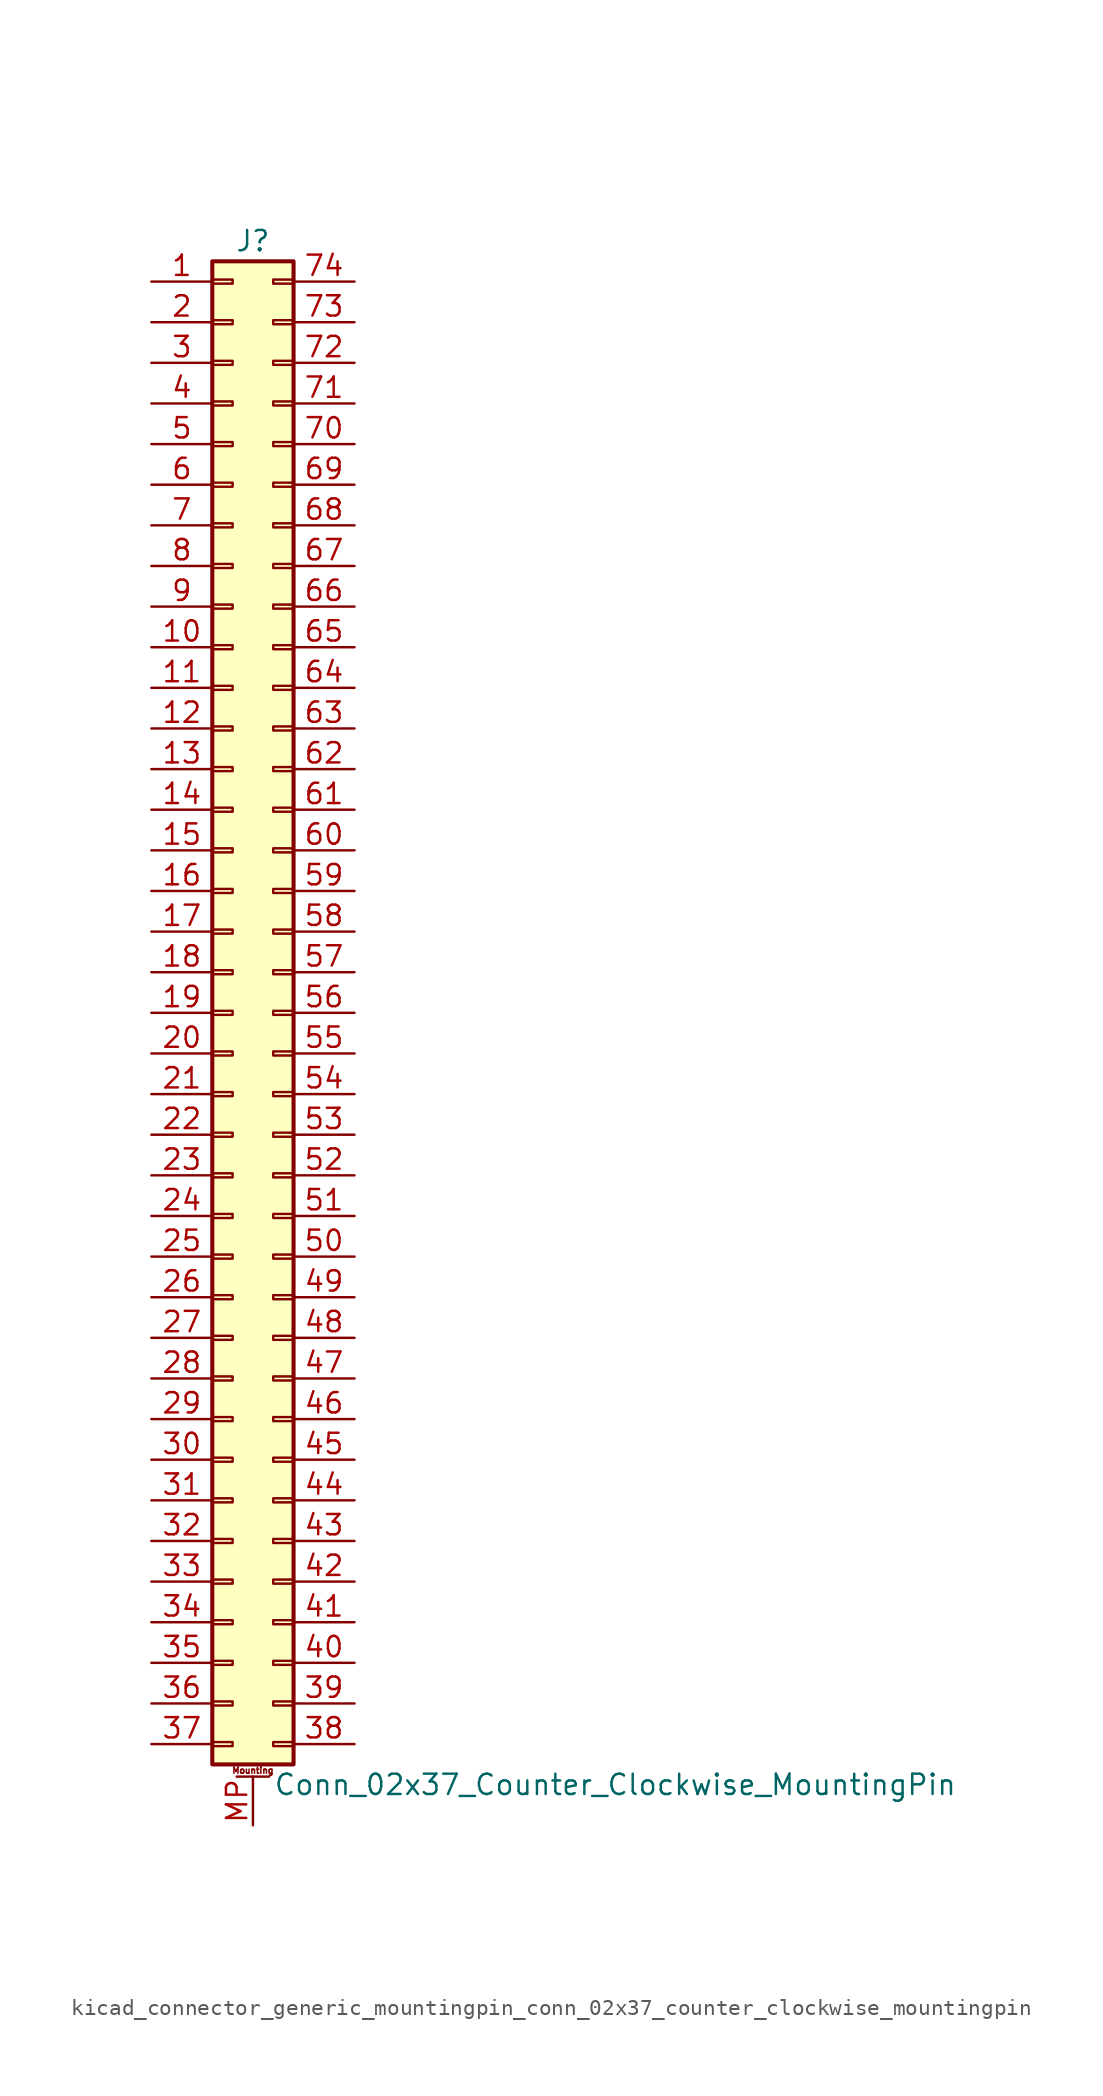
<source format=kicad_sym>
(kicad_symbol_lib
  (version 20220914)
  (generator kicad_symbol_editor)
  (symbol "kicad_connector_generic_mountingpin_conn_02x37_counter_clockwise_mountingpin"
    (pin_names
      (offset 1.016) hide)
    (property "Reference" "J"
      (at 1.27 48.26 0)
      (effects (font (size 1.27 1.27))))
    (property "Value" "Conn_02x37_Counter_Clockwise_MountingPin"
      (at 2.54 -48.26 0)
      (effects (font (size 1.27 1.27)) (justify left)))
    (symbol "kicad_connector_generic_mountingpin_conn_02x37_counter_clockwise_mountingpin_1_1"
      (rectangle (start -1.27 -45.593) (end 0 -45.847) (stroke (width 0.152) (type default)) (fill (type none)))
      (rectangle (start -1.27 -43.053) (end 0 -43.307) (stroke (width 0.152) (type default)) (fill (type none)))
      (rectangle (start -1.27 -40.513) (end 0 -40.767) (stroke (width 0.152) (type default)) (fill (type none)))
      (rectangle (start -1.27 -37.973) (end 0 -38.227) (stroke (width 0.152) (type default)) (fill (type none)))
      (rectangle (start -1.27 -35.433) (end 0 -35.687) (stroke (width 0.152) (type default)) (fill (type none)))
      (rectangle (start -1.27 -32.893) (end 0 -33.147) (stroke (width 0.152) (type default)) (fill (type none)))
      (rectangle (start -1.27 -30.353) (end 0 -30.607) (stroke (width 0.152) (type default)) (fill (type none)))
      (rectangle (start -1.27 -27.813) (end 0 -28.067) (stroke (width 0.152) (type default)) (fill (type none)))
      (rectangle (start -1.27 -25.273) (end 0 -25.527) (stroke (width 0.152) (type default)) (fill (type none)))
      (rectangle (start -1.27 -22.733) (end 0 -22.987) (stroke (width 0.152) (type default)) (fill (type none)))
      (rectangle (start -1.27 -20.193) (end 0 -20.447) (stroke (width 0.152) (type default)) (fill (type none)))
      (rectangle (start -1.27 -17.653) (end 0 -17.907) (stroke (width 0.152) (type default)) (fill (type none)))
      (rectangle (start -1.27 -15.113) (end 0 -15.367) (stroke (width 0.152) (type default)) (fill (type none)))
      (rectangle (start -1.27 -12.573) (end 0 -12.827) (stroke (width 0.152) (type default)) (fill (type none)))
      (rectangle (start -1.27 -10.033) (end 0 -10.287) (stroke (width 0.152) (type default)) (fill (type none)))
      (rectangle (start -1.27 -7.493) (end 0 -7.747) (stroke (width 0.152) (type default)) (fill (type none)))
      (rectangle (start -1.27 -4.953) (end 0 -5.207) (stroke (width 0.152) (type default)) (fill (type none)))
      (rectangle (start -1.27 -2.413) (end 0 -2.667) (stroke (width 0.152) (type default)) (fill (type none)))
      (rectangle (start -1.27 0.127) (end 0 -0.127) (stroke (width 0.152) (type default)) (fill (type none)))
      (rectangle (start -1.27 2.667) (end 0 2.413) (stroke (width 0.152) (type default)) (fill (type none)))
      (rectangle (start -1.27 5.207) (end 0 4.953) (stroke (width 0.152) (type default)) (fill (type none)))
      (rectangle (start -1.27 7.747) (end 0 7.493) (stroke (width 0.152) (type default)) (fill (type none)))
      (rectangle (start -1.27 10.287) (end 0 10.033) (stroke (width 0.152) (type default)) (fill (type none)))
      (rectangle (start -1.27 12.827) (end 0 12.573) (stroke (width 0.152) (type default)) (fill (type none)))
      (rectangle (start -1.27 15.367) (end 0 15.113) (stroke (width 0.152) (type default)) (fill (type none)))
      (rectangle (start -1.27 17.907) (end 0 17.653) (stroke (width 0.152) (type default)) (fill (type none)))
      (rectangle (start -1.27 20.447) (end 0 20.193) (stroke (width 0.152) (type default)) (fill (type none)))
      (rectangle (start -1.27 22.987) (end 0 22.733) (stroke (width 0.152) (type default)) (fill (type none)))
      (rectangle (start -1.27 25.527) (end 0 25.273) (stroke (width 0.152) (type default)) (fill (type none)))
      (rectangle (start -1.27 28.067) (end 0 27.813) (stroke (width 0.152) (type default)) (fill (type none)))
      (rectangle (start -1.27 30.607) (end 0 30.353) (stroke (width 0.152) (type default)) (fill (type none)))
      (rectangle (start -1.27 33.147) (end 0 32.893) (stroke (width 0.152) (type default)) (fill (type none)))
      (rectangle (start -1.27 35.687) (end 0 35.433) (stroke (width 0.152) (type default)) (fill (type none)))
      (rectangle (start -1.27 38.227) (end 0 37.973) (stroke (width 0.152) (type default)) (fill (type none)))
      (rectangle (start -1.27 40.767) (end 0 40.513) (stroke (width 0.152) (type default)) (fill (type none)))
      (rectangle (start -1.27 43.307) (end 0 43.053) (stroke (width 0.152) (type default)) (fill (type none)))
      (rectangle (start -1.27 45.847) (end 0 45.593) (stroke (width 0.152) (type default)) (fill (type none)))
      (rectangle (start -1.27 46.99) (end 3.81 -46.99) (stroke (width 0.254) (type default)) (fill (type background)))
      (polyline (pts (xy 0.254 -47.752) (xy 2.286 -47.752)) (stroke (width 0.152) (type default)) (fill (type none)))
      (rectangle (start 3.81 -45.593) (end 2.54 -45.847) (stroke (width 0.152) (type default)) (fill (type none)))
      (rectangle (start 3.81 -43.053) (end 2.54 -43.307) (stroke (width 0.152) (type default)) (fill (type none)))
      (rectangle (start 3.81 -40.513) (end 2.54 -40.767) (stroke (width 0.152) (type default)) (fill (type none)))
      (rectangle (start 3.81 -37.973) (end 2.54 -38.227) (stroke (width 0.152) (type default)) (fill (type none)))
      (rectangle (start 3.81 -35.433) (end 2.54 -35.687) (stroke (width 0.152) (type default)) (fill (type none)))
      (rectangle (start 3.81 -32.893) (end 2.54 -33.147) (stroke (width 0.152) (type default)) (fill (type none)))
      (rectangle (start 3.81 -30.353) (end 2.54 -30.607) (stroke (width 0.152) (type default)) (fill (type none)))
      (rectangle (start 3.81 -27.813) (end 2.54 -28.067) (stroke (width 0.152) (type default)) (fill (type none)))
      (rectangle (start 3.81 -25.273) (end 2.54 -25.527) (stroke (width 0.152) (type default)) (fill (type none)))
      (rectangle (start 3.81 -22.733) (end 2.54 -22.987) (stroke (width 0.152) (type default)) (fill (type none)))
      (rectangle (start 3.81 -20.193) (end 2.54 -20.447) (stroke (width 0.152) (type default)) (fill (type none)))
      (rectangle (start 3.81 -17.653) (end 2.54 -17.907) (stroke (width 0.152) (type default)) (fill (type none)))
      (rectangle (start 3.81 -15.113) (end 2.54 -15.367) (stroke (width 0.152) (type default)) (fill (type none)))
      (rectangle (start 3.81 -12.573) (end 2.54 -12.827) (stroke (width 0.152) (type default)) (fill (type none)))
      (rectangle (start 3.81 -10.033) (end 2.54 -10.287) (stroke (width 0.152) (type default)) (fill (type none)))
      (rectangle (start 3.81 -7.493) (end 2.54 -7.747) (stroke (width 0.152) (type default)) (fill (type none)))
      (rectangle (start 3.81 -4.953) (end 2.54 -5.207) (stroke (width 0.152) (type default)) (fill (type none)))
      (rectangle (start 3.81 -2.413) (end 2.54 -2.667) (stroke (width 0.152) (type default)) (fill (type none)))
      (rectangle (start 3.81 0.127) (end 2.54 -0.127) (stroke (width 0.152) (type default)) (fill (type none)))
      (rectangle (start 3.81 2.667) (end 2.54 2.413) (stroke (width 0.152) (type default)) (fill (type none)))
      (rectangle (start 3.81 5.207) (end 2.54 4.953) (stroke (width 0.152) (type default)) (fill (type none)))
      (rectangle (start 3.81 7.747) (end 2.54 7.493) (stroke (width 0.152) (type default)) (fill (type none)))
      (rectangle (start 3.81 10.287) (end 2.54 10.033) (stroke (width 0.152) (type default)) (fill (type none)))
      (rectangle (start 3.81 12.827) (end 2.54 12.573) (stroke (width 0.152) (type default)) (fill (type none)))
      (rectangle (start 3.81 15.367) (end 2.54 15.113) (stroke (width 0.152) (type default)) (fill (type none)))
      (rectangle (start 3.81 17.907) (end 2.54 17.653) (stroke (width 0.152) (type default)) (fill (type none)))
      (rectangle (start 3.81 20.447) (end 2.54 20.193) (stroke (width 0.152) (type default)) (fill (type none)))
      (rectangle (start 3.81 22.987) (end 2.54 22.733) (stroke (width 0.152) (type default)) (fill (type none)))
      (rectangle (start 3.81 25.527) (end 2.54 25.273) (stroke (width 0.152) (type default)) (fill (type none)))
      (rectangle (start 3.81 28.067) (end 2.54 27.813) (stroke (width 0.152) (type default)) (fill (type none)))
      (rectangle (start 3.81 30.607) (end 2.54 30.353) (stroke (width 0.152) (type default)) (fill (type none)))
      (rectangle (start 3.81 33.147) (end 2.54 32.893) (stroke (width 0.152) (type default)) (fill (type none)))
      (rectangle (start 3.81 35.687) (end 2.54 35.433) (stroke (width 0.152) (type default)) (fill (type none)))
      (rectangle (start 3.81 38.227) (end 2.54 37.973) (stroke (width 0.152) (type default)) (fill (type none)))
      (rectangle (start 3.81 40.767) (end 2.54 40.513) (stroke (width 0.152) (type default)) (fill (type none)))
      (rectangle (start 3.81 43.307) (end 2.54 43.053) (stroke (width 0.152) (type default)) (fill (type none)))
      (rectangle (start 3.81 45.847) (end 2.54 45.593) (stroke (width 0.152) (type default)) (fill (type none)))
      (text "Mounting" (at 1.27 -47.371 0) (effects (font (size 0.381 0.381))))
      (pin passive line (at -5.08 45.72 0) (length 3.81) (name "Pin_1" (effects (font (size 1.27 1.27)))) (number "1" (effects (font (size 1.27 1.27)))))
      (pin passive line (at -5.08 22.86 0) (length 3.81) (name "Pin_10" (effects (font (size 1.27 1.27)))) (number "10" (effects (font (size 1.27 1.27)))))
      (pin passive line (at -5.08 20.32 0) (length 3.81) (name "Pin_11" (effects (font (size 1.27 1.27)))) (number "11" (effects (font (size 1.27 1.27)))))
      (pin passive line (at -5.08 17.78 0) (length 3.81) (name "Pin_12" (effects (font (size 1.27 1.27)))) (number "12" (effects (font (size 1.27 1.27)))))
      (pin passive line (at -5.08 15.24 0) (length 3.81) (name "Pin_13" (effects (font (size 1.27 1.27)))) (number "13" (effects (font (size 1.27 1.27)))))
      (pin passive line (at -5.08 12.7 0) (length 3.81) (name "Pin_14" (effects (font (size 1.27 1.27)))) (number "14" (effects (font (size 1.27 1.27)))))
      (pin passive line (at -5.08 10.16 0) (length 3.81) (name "Pin_15" (effects (font (size 1.27 1.27)))) (number "15" (effects (font (size 1.27 1.27)))))
      (pin passive line (at -5.08 7.62 0) (length 3.81) (name "Pin_16" (effects (font (size 1.27 1.27)))) (number "16" (effects (font (size 1.27 1.27)))))
      (pin passive line (at -5.08 5.08 0) (length 3.81) (name "Pin_17" (effects (font (size 1.27 1.27)))) (number "17" (effects (font (size 1.27 1.27)))))
      (pin passive line (at -5.08 2.54 0) (length 3.81) (name "Pin_18" (effects (font (size 1.27 1.27)))) (number "18" (effects (font (size 1.27 1.27)))))
      (pin passive line (at -5.08 0 0) (length 3.81) (name "Pin_19" (effects (font (size 1.27 1.27)))) (number "19" (effects (font (size 1.27 1.27)))))
      (pin passive line (at -5.08 43.18 0) (length 3.81) (name "Pin_2" (effects (font (size 1.27 1.27)))) (number "2" (effects (font (size 1.27 1.27)))))
      (pin passive line (at -5.08 -2.54 0) (length 3.81) (name "Pin_20" (effects (font (size 1.27 1.27)))) (number "20" (effects (font (size 1.27 1.27)))))
      (pin passive line (at -5.08 -5.08 0) (length 3.81) (name "Pin_21" (effects (font (size 1.27 1.27)))) (number "21" (effects (font (size 1.27 1.27)))))
      (pin passive line (at -5.08 -7.62 0) (length 3.81) (name "Pin_22" (effects (font (size 1.27 1.27)))) (number "22" (effects (font (size 1.27 1.27)))))
      (pin passive line (at -5.08 -10.16 0) (length 3.81) (name "Pin_23" (effects (font (size 1.27 1.27)))) (number "23" (effects (font (size 1.27 1.27)))))
      (pin passive line (at -5.08 -12.7 0) (length 3.81) (name "Pin_24" (effects (font (size 1.27 1.27)))) (number "24" (effects (font (size 1.27 1.27)))))
      (pin passive line (at -5.08 -15.24 0) (length 3.81) (name "Pin_25" (effects (font (size 1.27 1.27)))) (number "25" (effects (font (size 1.27 1.27)))))
      (pin passive line (at -5.08 -17.78 0) (length 3.81) (name "Pin_26" (effects (font (size 1.27 1.27)))) (number "26" (effects (font (size 1.27 1.27)))))
      (pin passive line (at -5.08 -20.32 0) (length 3.81) (name "Pin_27" (effects (font (size 1.27 1.27)))) (number "27" (effects (font (size 1.27 1.27)))))
      (pin passive line (at -5.08 -22.86 0) (length 3.81) (name "Pin_28" (effects (font (size 1.27 1.27)))) (number "28" (effects (font (size 1.27 1.27)))))
      (pin passive line (at -5.08 -25.4 0) (length 3.81) (name "Pin_29" (effects (font (size 1.27 1.27)))) (number "29" (effects (font (size 1.27 1.27)))))
      (pin passive line (at -5.08 40.64 0) (length 3.81) (name "Pin_3" (effects (font (size 1.27 1.27)))) (number "3" (effects (font (size 1.27 1.27)))))
      (pin passive line (at -5.08 -27.94 0) (length 3.81) (name "Pin_30" (effects (font (size 1.27 1.27)))) (number "30" (effects (font (size 1.27 1.27)))))
      (pin passive line (at -5.08 -30.48 0) (length 3.81) (name "Pin_31" (effects (font (size 1.27 1.27)))) (number "31" (effects (font (size 1.27 1.27)))))
      (pin passive line (at -5.08 -33.02 0) (length 3.81) (name "Pin_32" (effects (font (size 1.27 1.27)))) (number "32" (effects (font (size 1.27 1.27)))))
      (pin passive line (at -5.08 -35.56 0) (length 3.81) (name "Pin_33" (effects (font (size 1.27 1.27)))) (number "33" (effects (font (size 1.27 1.27)))))
      (pin passive line (at -5.08 -38.1 0) (length 3.81) (name "Pin_34" (effects (font (size 1.27 1.27)))) (number "34" (effects (font (size 1.27 1.27)))))
      (pin passive line (at -5.08 -40.64 0) (length 3.81) (name "Pin_35" (effects (font (size 1.27 1.27)))) (number "35" (effects (font (size 1.27 1.27)))))
      (pin passive line (at -5.08 -43.18 0) (length 3.81) (name "Pin_36" (effects (font (size 1.27 1.27)))) (number "36" (effects (font (size 1.27 1.27)))))
      (pin passive line (at -5.08 -45.72 0) (length 3.81) (name "Pin_37" (effects (font (size 1.27 1.27)))) (number "37" (effects (font (size 1.27 1.27)))))
      (pin passive line (at 7.62 -45.72 180) (length 3.81) (name "Pin_38" (effects (font (size 1.27 1.27)))) (number "38" (effects (font (size 1.27 1.27)))))
      (pin passive line (at 7.62 -43.18 180) (length 3.81) (name "Pin_39" (effects (font (size 1.27 1.27)))) (number "39" (effects (font (size 1.27 1.27)))))
      (pin passive line (at -5.08 38.1 0) (length 3.81) (name "Pin_4" (effects (font (size 1.27 1.27)))) (number "4" (effects (font (size 1.27 1.27)))))
      (pin passive line (at 7.62 -40.64 180) (length 3.81) (name "Pin_40" (effects (font (size 1.27 1.27)))) (number "40" (effects (font (size 1.27 1.27)))))
      (pin passive line (at 7.62 -38.1 180) (length 3.81) (name "Pin_41" (effects (font (size 1.27 1.27)))) (number "41" (effects (font (size 1.27 1.27)))))
      (pin passive line (at 7.62 -35.56 180) (length 3.81) (name "Pin_42" (effects (font (size 1.27 1.27)))) (number "42" (effects (font (size 1.27 1.27)))))
      (pin passive line (at 7.62 -33.02 180) (length 3.81) (name "Pin_43" (effects (font (size 1.27 1.27)))) (number "43" (effects (font (size 1.27 1.27)))))
      (pin passive line (at 7.62 -30.48 180) (length 3.81) (name "Pin_44" (effects (font (size 1.27 1.27)))) (number "44" (effects (font (size 1.27 1.27)))))
      (pin passive line (at 7.62 -27.94 180) (length 3.81) (name "Pin_45" (effects (font (size 1.27 1.27)))) (number "45" (effects (font (size 1.27 1.27)))))
      (pin passive line (at 7.62 -25.4 180) (length 3.81) (name "Pin_46" (effects (font (size 1.27 1.27)))) (number "46" (effects (font (size 1.27 1.27)))))
      (pin passive line (at 7.62 -22.86 180) (length 3.81) (name "Pin_47" (effects (font (size 1.27 1.27)))) (number "47" (effects (font (size 1.27 1.27)))))
      (pin passive line (at 7.62 -20.32 180) (length 3.81) (name "Pin_48" (effects (font (size 1.27 1.27)))) (number "48" (effects (font (size 1.27 1.27)))))
      (pin passive line (at 7.62 -17.78 180) (length 3.81) (name "Pin_49" (effects (font (size 1.27 1.27)))) (number "49" (effects (font (size 1.27 1.27)))))
      (pin passive line (at -5.08 35.56 0) (length 3.81) (name "Pin_5" (effects (font (size 1.27 1.27)))) (number "5" (effects (font (size 1.27 1.27)))))
      (pin passive line (at 7.62 -15.24 180) (length 3.81) (name "Pin_50" (effects (font (size 1.27 1.27)))) (number "50" (effects (font (size 1.27 1.27)))))
      (pin passive line (at 7.62 -12.7 180) (length 3.81) (name "Pin_51" (effects (font (size 1.27 1.27)))) (number "51" (effects (font (size 1.27 1.27)))))
      (pin passive line (at 7.62 -10.16 180) (length 3.81) (name "Pin_52" (effects (font (size 1.27 1.27)))) (number "52" (effects (font (size 1.27 1.27)))))
      (pin passive line (at 7.62 -7.62 180) (length 3.81) (name "Pin_53" (effects (font (size 1.27 1.27)))) (number "53" (effects (font (size 1.27 1.27)))))
      (pin passive line (at 7.62 -5.08 180) (length 3.81) (name "Pin_54" (effects (font (size 1.27 1.27)))) (number "54" (effects (font (size 1.27 1.27)))))
      (pin passive line (at 7.62 -2.54 180) (length 3.81) (name "Pin_55" (effects (font (size 1.27 1.27)))) (number "55" (effects (font (size 1.27 1.27)))))
      (pin passive line (at 7.62 0 180) (length 3.81) (name "Pin_56" (effects (font (size 1.27 1.27)))) (number "56" (effects (font (size 1.27 1.27)))))
      (pin passive line (at 7.62 2.54 180) (length 3.81) (name "Pin_57" (effects (font (size 1.27 1.27)))) (number "57" (effects (font (size 1.27 1.27)))))
      (pin passive line (at 7.62 5.08 180) (length 3.81) (name "Pin_58" (effects (font (size 1.27 1.27)))) (number "58" (effects (font (size 1.27 1.27)))))
      (pin passive line (at 7.62 7.62 180) (length 3.81) (name "Pin_59" (effects (font (size 1.27 1.27)))) (number "59" (effects (font (size 1.27 1.27)))))
      (pin passive line (at -5.08 33.02 0) (length 3.81) (name "Pin_6" (effects (font (size 1.27 1.27)))) (number "6" (effects (font (size 1.27 1.27)))))
      (pin passive line (at 7.62 10.16 180) (length 3.81) (name "Pin_60" (effects (font (size 1.27 1.27)))) (number "60" (effects (font (size 1.27 1.27)))))
      (pin passive line (at 7.62 12.7 180) (length 3.81) (name "Pin_61" (effects (font (size 1.27 1.27)))) (number "61" (effects (font (size 1.27 1.27)))))
      (pin passive line (at 7.62 15.24 180) (length 3.81) (name "Pin_62" (effects (font (size 1.27 1.27)))) (number "62" (effects (font (size 1.27 1.27)))))
      (pin passive line (at 7.62 17.78 180) (length 3.81) (name "Pin_63" (effects (font (size 1.27 1.27)))) (number "63" (effects (font (size 1.27 1.27)))))
      (pin passive line (at 7.62 20.32 180) (length 3.81) (name "Pin_64" (effects (font (size 1.27 1.27)))) (number "64" (effects (font (size 1.27 1.27)))))
      (pin passive line (at 7.62 22.86 180) (length 3.81) (name "Pin_65" (effects (font (size 1.27 1.27)))) (number "65" (effects (font (size 1.27 1.27)))))
      (pin passive line (at 7.62 25.4 180) (length 3.81) (name "Pin_66" (effects (font (size 1.27 1.27)))) (number "66" (effects (font (size 1.27 1.27)))))
      (pin passive line (at 7.62 27.94 180) (length 3.81) (name "Pin_67" (effects (font (size 1.27 1.27)))) (number "67" (effects (font (size 1.27 1.27)))))
      (pin passive line (at 7.62 30.48 180) (length 3.81) (name "Pin_68" (effects (font (size 1.27 1.27)))) (number "68" (effects (font (size 1.27 1.27)))))
      (pin passive line (at 7.62 33.02 180) (length 3.81) (name "Pin_69" (effects (font (size 1.27 1.27)))) (number "69" (effects (font (size 1.27 1.27)))))
      (pin passive line (at -5.08 30.48 0) (length 3.81) (name "Pin_7" (effects (font (size 1.27 1.27)))) (number "7" (effects (font (size 1.27 1.27)))))
      (pin passive line (at 7.62 35.56 180) (length 3.81) (name "Pin_70" (effects (font (size 1.27 1.27)))) (number "70" (effects (font (size 1.27 1.27)))))
      (pin passive line (at 7.62 38.1 180) (length 3.81) (name "Pin_71" (effects (font (size 1.27 1.27)))) (number "71" (effects (font (size 1.27 1.27)))))
      (pin passive line (at 7.62 40.64 180) (length 3.81) (name "Pin_72" (effects (font (size 1.27 1.27)))) (number "72" (effects (font (size 1.27 1.27)))))
      (pin passive line (at 7.62 43.18 180) (length 3.81) (name "Pin_73" (effects (font (size 1.27 1.27)))) (number "73" (effects (font (size 1.27 1.27)))))
      (pin passive line (at 7.62 45.72 180) (length 3.81) (name "Pin_74" (effects (font (size 1.27 1.27)))) (number "74" (effects (font (size 1.27 1.27)))))
      (pin passive line (at -5.08 27.94 0) (length 3.81) (name "Pin_8" (effects (font (size 1.27 1.27)))) (number "8" (effects (font (size 1.27 1.27)))))
      (pin passive line (at -5.08 25.4 0) (length 3.81) (name "Pin_9" (effects (font (size 1.27 1.27)))) (number "9" (effects (font (size 1.27 1.27)))))
      (pin passive line (at 1.27 -50.8 90) (length 3.048) (name "MountPin" (effects (font (size 1.27 1.27)))) (number "MP" (effects (font (size 1.27 1.27))))))))
</source>
